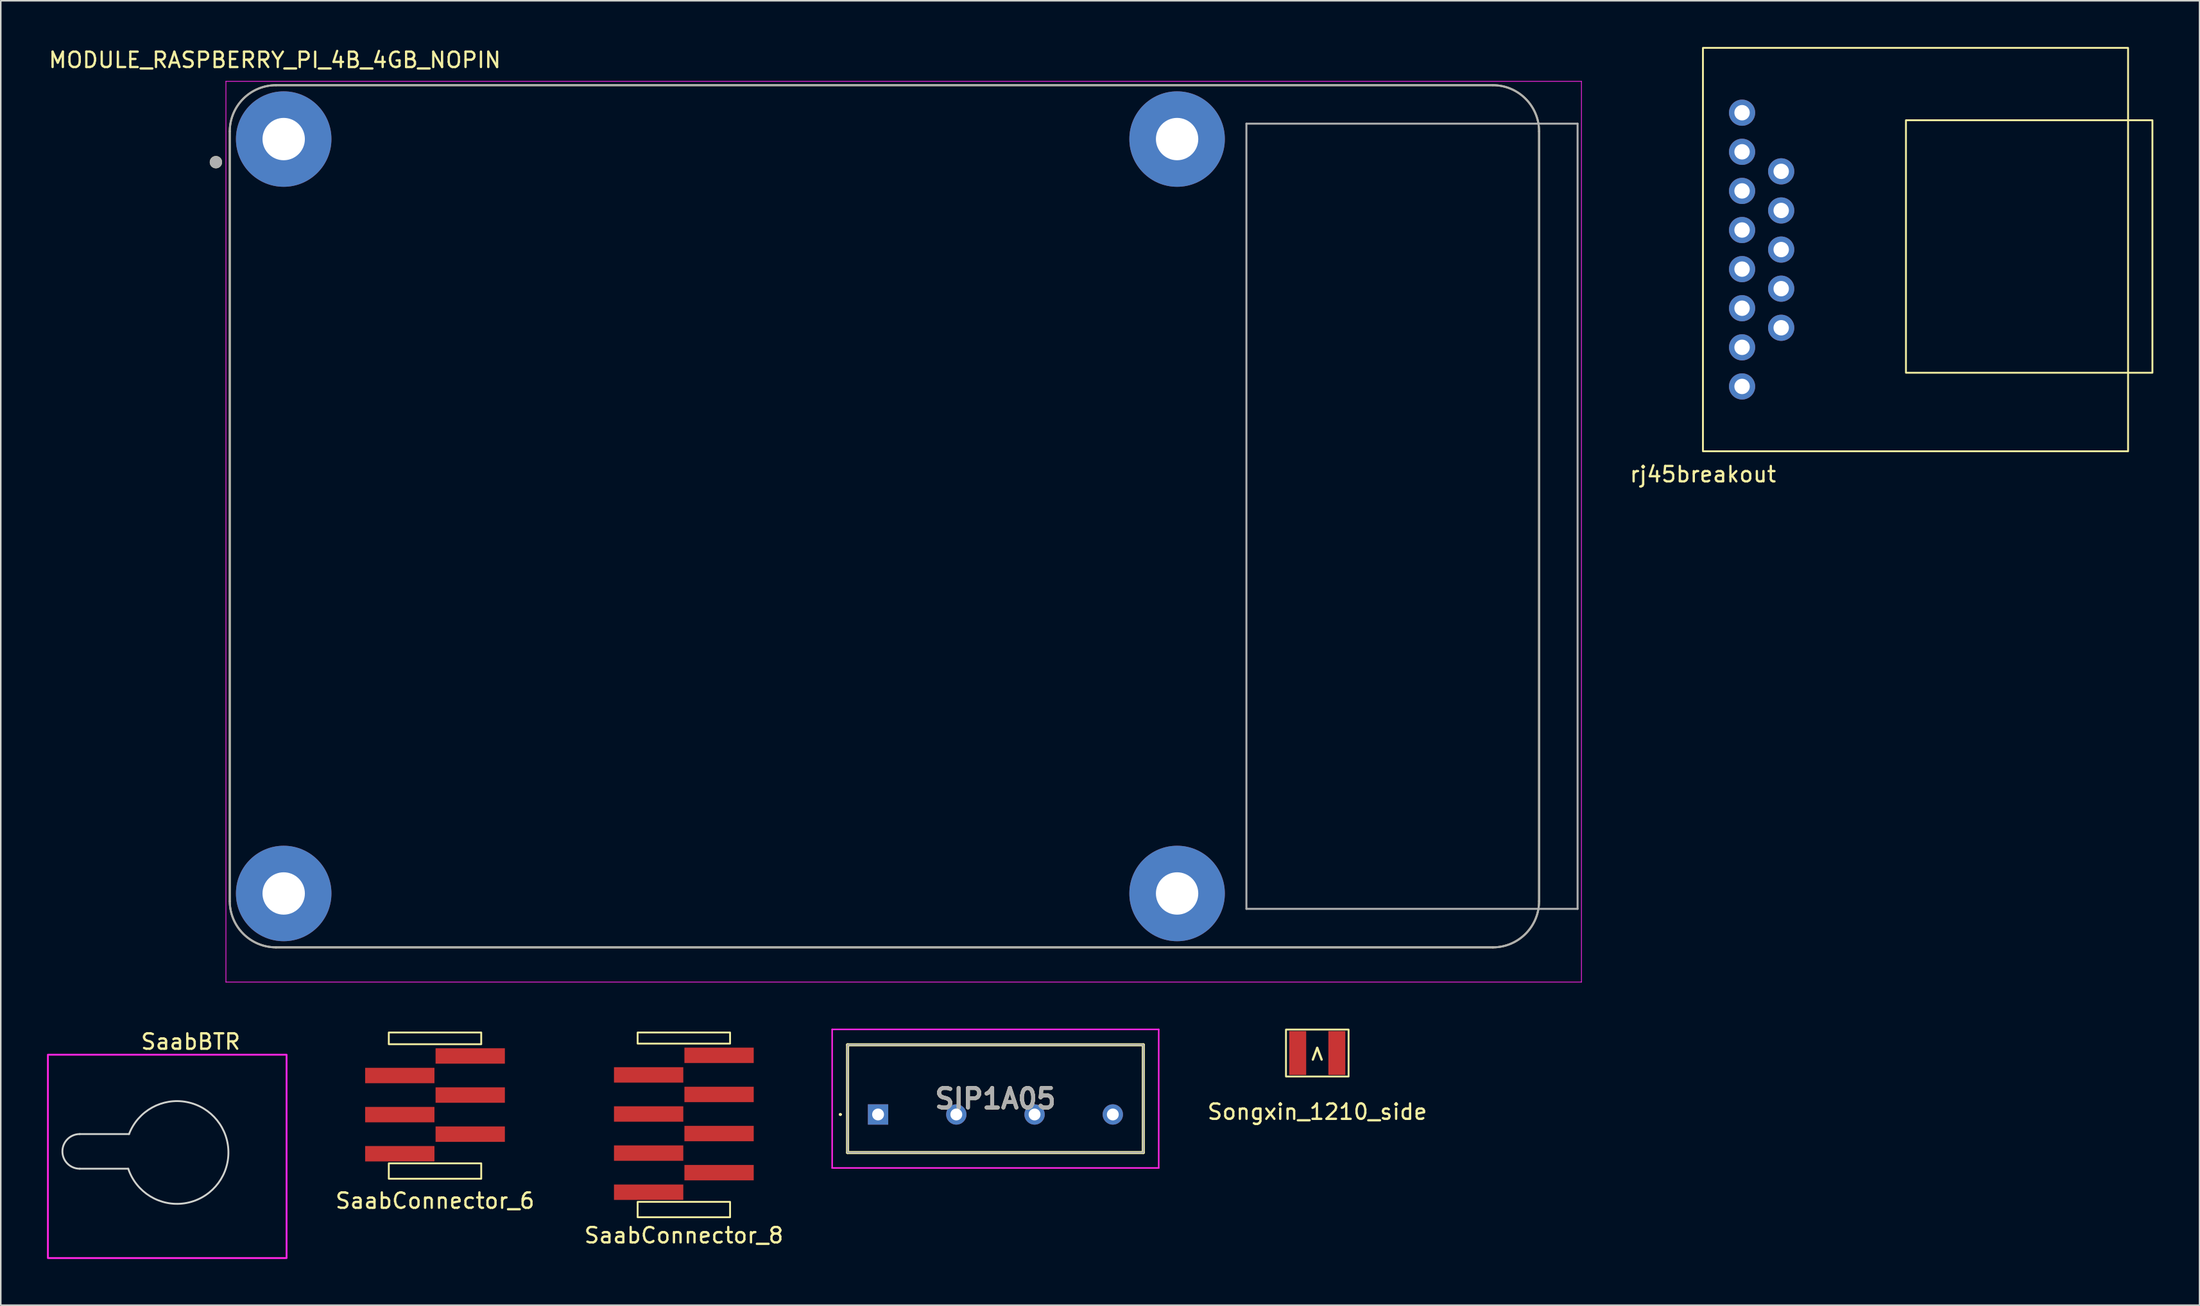
<source format=kicad_pcb>
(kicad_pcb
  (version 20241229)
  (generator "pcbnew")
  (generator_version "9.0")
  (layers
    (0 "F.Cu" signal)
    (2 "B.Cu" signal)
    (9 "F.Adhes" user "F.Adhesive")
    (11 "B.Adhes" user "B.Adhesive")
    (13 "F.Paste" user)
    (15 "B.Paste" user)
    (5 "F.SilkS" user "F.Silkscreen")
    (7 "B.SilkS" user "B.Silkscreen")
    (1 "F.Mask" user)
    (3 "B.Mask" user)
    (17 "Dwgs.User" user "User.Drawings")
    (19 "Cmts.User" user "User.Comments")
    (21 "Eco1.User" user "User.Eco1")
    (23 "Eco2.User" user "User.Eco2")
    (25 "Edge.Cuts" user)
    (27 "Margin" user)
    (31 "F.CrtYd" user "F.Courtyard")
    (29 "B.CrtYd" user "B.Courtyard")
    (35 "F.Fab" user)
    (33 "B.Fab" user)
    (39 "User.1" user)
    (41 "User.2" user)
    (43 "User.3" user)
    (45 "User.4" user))
  (footprint "SaabConnector_8"
    (layer "F.Cu")
    (at 38.346 64.013)
    (property "Reference" "SaabConnector_8" (at 3 13.176 0) (unlocked yes) (layer "F.SilkS") (effects (font (size 1 1) (thickness 0.15))))
    (attr through_hole)
    (fp_rect (start 0 0) (end 6 0.722) (stroke (width 0.12) (type solid)) (fill no) (layer "F.SilkS"))
    (fp_rect (start 0 11) (end 6 12) (stroke (width 0.12) (type solid)) (fill no) (layer "F.SilkS"))
    (pad "1" smd rect (at 0.714 10.374) (size 4.5 1) (layers "F.Cu" "F.Mask" "F.Paste"))
    (pad "2" smd rect (at 5.286 9.104) (size 4.5 1) (layers "F.Cu" "F.Mask" "F.Paste"))
    (pad "3" smd rect (at 0.714 7.834) (size 4.5 1) (layers "F.Cu" "F.Mask" "F.Paste"))
    (pad "4" smd rect (at 5.286 6.564) (size 4.5 1) (layers "F.Cu" "F.Mask" "F.Paste"))
    (pad "5" smd rect (at 0.714 5.294) (size 4.5 1) (layers "F.Cu" "F.Mask" "F.Paste"))
    (pad "6" smd rect (at 5.286 4.024) (size 4.5 1) (layers "F.Cu" "F.Mask" "F.Paste"))
    (pad "7" smd rect (at 0.714 2.754) (size 4.5 1) (layers "F.Cu" "F.Mask" "F.Paste"))
    (pad "8" smd rect (at 5.286 1.484) (size 4.5 1) (layers "F.Cu" "F.Mask" "F.Paste")))
  (footprint "SaabConnector_6"
    (layer "F.Cu")
    (at 22.191 64.013)
    (property "Reference" "SaabConnector_6" (at 3 10.93 0) (unlocked yes) (layer "F.SilkS") (effects (font (size 1 1) (thickness 0.15))))
    (attr through_hole)
    (fp_rect (start 0 0) (end 6 0.762) (stroke (width 0.12) (type solid)) (fill no) (layer "F.SilkS"))
    (fp_rect (start 0 8.5) (end 6 9.5) (stroke (width 0.12) (type solid)) (fill no) (layer "F.SilkS"))
    (pad "1" smd rect (at 0.714 7.874) (size 4.5 1) (layers "F.Cu" "F.Mask" "F.Paste"))
    (pad "2" smd rect (at 5.286 6.604) (size 4.5 1) (layers "F.Cu" "F.Mask" "F.Paste"))
    (pad "3" smd rect (at 0.714 5.334) (size 4.5 1) (layers "F.Cu" "F.Mask" "F.Paste"))
    (pad "4" smd rect (at 5.286 4.064) (size 4.5 1) (layers "F.Cu" "F.Mask" "F.Paste"))
    (pad "5" smd rect (at 0.714 2.794) (size 4.5 1) (layers "F.Cu" "F.Mask" "F.Paste"))
    (pad "6" smd rect (at 5.286 1.524) (size 4.5 1) (layers "F.Cu" "F.Mask" "F.Paste")))
  (footprint "MODULE_RASPBERRY_PI_4B_4GB_NOPIN"
    (layer "F.Cu")
    (at 54.367 30.483)
    (property "Reference" "MODULE_RASPBERRY_PI_4B_4GB_NOPIN" (at -39.575 -29.635 0) (layer "F.SilkS") (effects (font (size 1 1) (thickness 0.15))))
    (attr through_hole)
    (fp_line (start -42.5 -25) (end -42.5 25) (stroke (width 0.127) (type solid)) (layer "F.SilkS"))
    (fp_line (start -39.5 28) (end 39.5 28) (stroke (width 0.127) (type solid)) (layer "F.SilkS"))
    (fp_line (start 39.5 -28) (end -39.5 -28) (stroke (width 0.127) (type solid)) (layer "F.SilkS"))
    (fp_line (start 42.5 25) (end 42.5 -25) (stroke (width 0.127) (type solid)) (layer "F.SilkS"))
    (fp_arc (start -42.5 -25) (mid -41.62132 -27.12132) (end -39.5 -28) (stroke (width 0.127) (type solid)) (layer "F.SilkS"))
    (fp_arc (start -39.5 28) (mid -41.62132 27.12132) (end -42.5 25) (stroke (width 0.127) (type solid)) (layer "F.SilkS"))
    (fp_arc (start 39.5 -28) (mid 41.62132 -27.12132) (end 42.5 -25) (stroke (width 0.127) (type solid)) (layer "F.SilkS"))
    (fp_arc (start 42.5 25) (mid 41.62132 27.12132) (end 39.5 28) (stroke (width 0.127) (type solid)) (layer "F.SilkS"))
    (fp_circle (center -43.4 -23) (end -43.2 -23) (stroke (width 0.4) (type solid)) (fill no) (layer "F.SilkS"))
    (fp_line (start -42.75 -28.25) (end 45.25 -28.25) (stroke (width 0.05) (type solid)) (layer "F.CrtYd"))
    (fp_line (start -42.75 30.255) (end -42.75 -28.25) (stroke (width 0.05) (type solid)) (layer "F.CrtYd"))
    (fp_line (start 45.25 -28.25) (end 45.25 30.255) (stroke (width 0.05) (type solid)) (layer "F.CrtYd"))
    (fp_line (start 45.25 30.255) (end -42.75 30.255) (stroke (width 0.05) (type solid)) (layer "F.CrtYd"))
    (fp_line (start -42.5 -25) (end -42.5 25) (stroke (width 0.127) (type solid)) (layer "F.Fab"))
    (fp_line (start -39.5 28) (end 39.5 28) (stroke (width 0.127) (type solid)) (layer "F.Fab"))
    (fp_line (start 23.5 -25.5) (end 23.5 25.5) (stroke (width 0.127) (type solid)) (layer "F.Fab"))
    (fp_line (start 23.5 25.5) (end 45 25.5) (stroke (width 0.127) (type solid)) (layer "F.Fab"))
    (fp_line (start 39.5 -28) (end -39.5 -28) (stroke (width 0.127) (type solid)) (layer "F.Fab"))
    (fp_line (start 42.5 25) (end 42.5 -25) (stroke (width 0.127) (type solid)) (layer "F.Fab"))
    (fp_line (start 45 -25.5) (end 23.5 -25.5) (stroke (width 0.127) (type solid)) (layer "F.Fab"))
    (fp_line (start 45 25.5) (end 45 -25.5) (stroke (width 0.127) (type solid)) (layer "F.Fab"))
    (fp_arc (start -42.5 -25) (mid -41.62132 -27.12132) (end -39.5 -28) (stroke (width 0.127) (type solid)) (layer "F.Fab"))
    (fp_arc (start -39.5 28) (mid -41.62132 27.12132) (end -42.5 25) (stroke (width 0.127) (type solid)) (layer "F.Fab"))
    (fp_arc (start 39.5 -28) (mid 41.62132 -27.12132) (end 42.5 -25) (stroke (width 0.127) (type solid)) (layer "F.Fab"))
    (fp_arc (start 42.5 25) (mid 41.62132 27.12132) (end 39.5 28) (stroke (width 0.127) (type solid)) (layer "F.Fab"))
    (fp_circle (center -43.4 -23) (end -43.2 -23) (stroke (width 0.4) (type solid)) (fill no) (layer "F.Fab"))
    (pad "S1" thru_hole circle (at -39 -24.5) (size 6.2 6.2) (drill 2.75) (layers "*.Cu" "*.Mask"))
    (pad "S2" thru_hole circle (at 19 -24.5) (size 6.2 6.2) (drill 2.75) (layers "*.Cu" "*.Mask"))
    (pad "S3" thru_hole circle (at 19 24.5) (size 6.2 6.2) (drill 2.75) (layers "*.Cu" "*.Mask"))
    (pad "S4" thru_hole circle (at -39 24.5) (size 6.2 6.2) (drill 2.75) (layers "*.Cu" "*.Mask")))
  (footprint "SIP1A05"
    (layer "F.Cu")
    (at 53.954 69.338)
    (property "Reference" "SIP1A05" (at 7.62 -1.025 0) (layer "F.SilkS") (effects (font (size 1.27 1.27) (thickness 0.254))))
    (attr through_hole)
    (fp_line (start -2.5 0) (end -2.5 0) (stroke (width 0.1) (type solid)) (layer "F.SilkS"))
    (fp_line (start -2.4 0) (end -2.4 0) (stroke (width 0.1) (type solid)) (layer "F.SilkS"))
    (fp_line (start -1.98 -4.525) (end -1.98 2.475) (stroke (width 0.2) (type solid)) (layer "F.SilkS"))
    (fp_line (start -1.98 2.475) (end 17.22 2.475) (stroke (width 0.2) (type solid)) (layer "F.SilkS"))
    (fp_line (start 17.22 -4.525) (end -1.98 -4.525) (stroke (width 0.2) (type solid)) (layer "F.SilkS"))
    (fp_line (start 17.22 2.475) (end 17.22 -4.525) (stroke (width 0.2) (type solid)) (layer "F.SilkS"))
    (fp_arc (start -2.5 0) (mid -2.45 -0.05) (end -2.4 0) (stroke (width 0.1) (type solid)) (layer "F.SilkS"))
    (fp_arc (start -2.4 0) (mid -2.45 0.05) (end -2.5 0) (stroke (width 0.1) (type solid)) (layer "F.SilkS"))
    (fp_line (start -2.98 -5.525) (end 18.22 -5.525) (stroke (width 0.1) (type solid)) (layer "F.CrtYd"))
    (fp_line (start -2.98 3.475) (end -2.98 -5.525) (stroke (width 0.1) (type solid)) (layer "F.CrtYd"))
    (fp_line (start 18.22 -5.525) (end 18.22 3.475) (stroke (width 0.1) (type solid)) (layer "F.CrtYd"))
    (fp_line (start 18.22 3.475) (end -2.98 3.475) (stroke (width 0.1) (type solid)) (layer "F.CrtYd"))
    (fp_line (start -1.98 -4.525) (end -1.98 2.475) (stroke (width 0.1) (type solid)) (layer "F.Fab"))
    (fp_line (start -1.98 2.475) (end 17.22 2.475) (stroke (width 0.1) (type solid)) (layer "F.Fab"))
    (fp_line (start 17.22 -4.525) (end -1.98 -4.525) (stroke (width 0.1) (type solid)) (layer "F.Fab"))
    (fp_line (start 17.22 2.475) (end 17.22 -4.525) (stroke (width 0.1) (type solid)) (layer "F.Fab"))
    (fp_text user "${REFERENCE}" (at 7.62 -1.025 0) (layer "F.Fab") (effects (font (size 1.27 1.27) (thickness 0.254))))
    (pad "1" thru_hole rect (at 0 0) (size 1.32 1.32) (drill 0.77) (layers "*.Cu" "*.Mask"))
    (pad "2" thru_hole circle (at 5.08 0) (size 1.32 1.32) (drill 0.77) (layers "*.Cu" "*.Mask"))
    (pad "3" thru_hole circle (at 10.16 0) (size 1.32 1.32) (drill 0.77) (layers "*.Cu" "*.Mask"))
    (pad "4" thru_hole circle (at 15.24 0) (size 1.32 1.32) (drill 0.77) (layers "*.Cu" "*.Mask")))
  (footprint "rj45breakout"
    (layer "F.Cu")
    (at 107.505 28.26)
    (property "Reference" "rj45breakout" (at 0 -0.5 0) (unlocked yes) (layer "F.SilkS") (effects (font (size 1 1) (thickness 0.15))))
    (attr through_hole)
    (fp_rect (start 0 -2) (end 27.6 -28.2) (stroke (width 0.12) (type solid)) (fill no) (layer "F.SilkS"))
    (fp_rect (start 13.18 -7.1) (end 29.18 -23.5) (stroke (width 0.12) (type default)) (fill no) (layer "F.SilkS"))
    (pad "1" thru_hole oval (at 5.08 -20.18) (size 1.7 1.7) (drill 1) (layers "*.Cu" "*.Mask"))
    (pad "2" thru_hole oval (at 2.54 -18.91) (size 1.7 1.7) (drill 1) (layers "*.Cu" "*.Mask"))
    (pad "3" thru_hole oval (at 5.08 -17.64) (size 1.7 1.7) (drill 1) (layers "*.Cu" "*.Mask"))
    (pad "4" thru_hole oval (at 2.54 -16.37) (size 1.7 1.7) (drill 1) (layers "*.Cu" "*.Mask"))
    (pad "5" thru_hole oval (at 5.08 -15.1) (size 1.7 1.7) (drill 1) (layers "*.Cu" "*.Mask"))
    (pad "6" thru_hole oval (at 2.54 -13.83) (size 1.7 1.7) (drill 1) (layers "*.Cu" "*.Mask"))
    (pad "7" thru_hole oval (at 5.08 -12.56) (size 1.7 1.7) (drill 1) (layers "*.Cu" "*.Mask"))
    (pad "8" thru_hole oval (at 2.54 -11.29) (size 1.7 1.7) (drill 1) (layers "*.Cu" "*.Mask"))
    (pad "9" thru_hole oval (at 2.54 -23.99) (size 1.7 1.7) (drill 1) (layers "*.Cu" "*.Mask"))
    (pad "10" thru_hole oval (at 2.54 -21.45) (size 1.7 1.7) (drill 1) (layers "*.Cu" "*.Mask"))
    (pad "11" thru_hole oval (at 2.54 -8.75) (size 1.7 1.7) (drill 1) (layers "*.Cu" "*.Mask"))
    (pad "12" thru_hole oval (at 2.54 -6.21) (size 1.7 1.7) (drill 1) (layers "*.Cu" "*.Mask"))
    (pad "SH" thru_hole oval (at 5.08 -10.02) (size 1.7 1.7) (drill 1) (layers "*.Cu" "*.Mask")))
  (footprint "SaabBTR"
    (layer "F.Cu")
    (at 8.442 71.806)
    (property "Reference" "SaabBTR" (at 0.884 -7.195 0) (unlocked yes) (layer "F.SilkS") (effects (font (size 1 1) (thickness 0.15))))
    (attr through_hole)
    (fp_arc (start -3.952856 -2.477622) (mid 4.694647 0.059639) (end -3.993918 2.45251) (stroke (width 2.5) (type solid)) (layer "F.Mask"))
    (fp_arc (start -3.943264 -2.498524) (mid 4.736193 0.066052) (end -3.993918 2.45251) (stroke (width 2.5) (type solid)) (layer "F.Mask"))
    (fp_line (start -6.316 -1.195) (end -3.116 -1.195) (stroke (width 0.12) (type solid)) (layer "Edge.Cuts"))
    (fp_line (start -3.166 1.055) (end -6.316 1.055) (stroke (width 0.12) (type solid)) (layer "Edge.Cuts"))
    (fp_arc (start -6.315603 1.055211) (mid -7.440603 -0.069789) (end -6.315603 -1.194789) (stroke (width 0.12) (type solid)) (layer "Edge.Cuts"))
    (fp_arc (start -3.115941 -1.193908) (mid 3.336027 0.07366) (end -3.165602 1.05521) (stroke (width 0.12) (type solid)) (layer "Edge.Cuts"))
    (fp_rect (start 7.112 6.858) (end -8.382 -6.35) (stroke (width 0.12) (type default)) (fill no) (layer "F.CrtYd")))
  (footprint "Songxin_1210_side"
    (layer "F.Cu")
    (at 82.468 65.347)
    (property "Reference" "Songxin_1210_side" (at 0 3.818 0) (unlocked yes) (layer "F.SilkS") (effects (font (size 1 1) (thickness 0.15))))
    (attr smd)
    (fp_rect (start -2.032 -1.524) (end 2.032 1.524) (stroke (width 0.12) (type default)) (fill no) (layer "F.SilkS"))
    (fp_text user ">" (at 0.508 0.762 90) (unlocked yes) (layer "F.SilkS") (effects (font (size 1 1) (thickness 0.15)) (justify left bottom)))
    (pad "1" smd rect (at -1.27 0) (size 1.1 2.85) (layers "F.Cu" "F.Mask" "F.Paste"))
    (pad "2" smd rect (at 1.27 0) (size 1.1 2.85) (layers "F.Cu" "F.Mask" "F.Paste")))
  (gr_rect
    (start -3 -3)
    (end 139.745 81.724)
    (stroke (width 0.1) (type default))
    (fill no)
    (layer "Edge.Cuts")))
</source>
